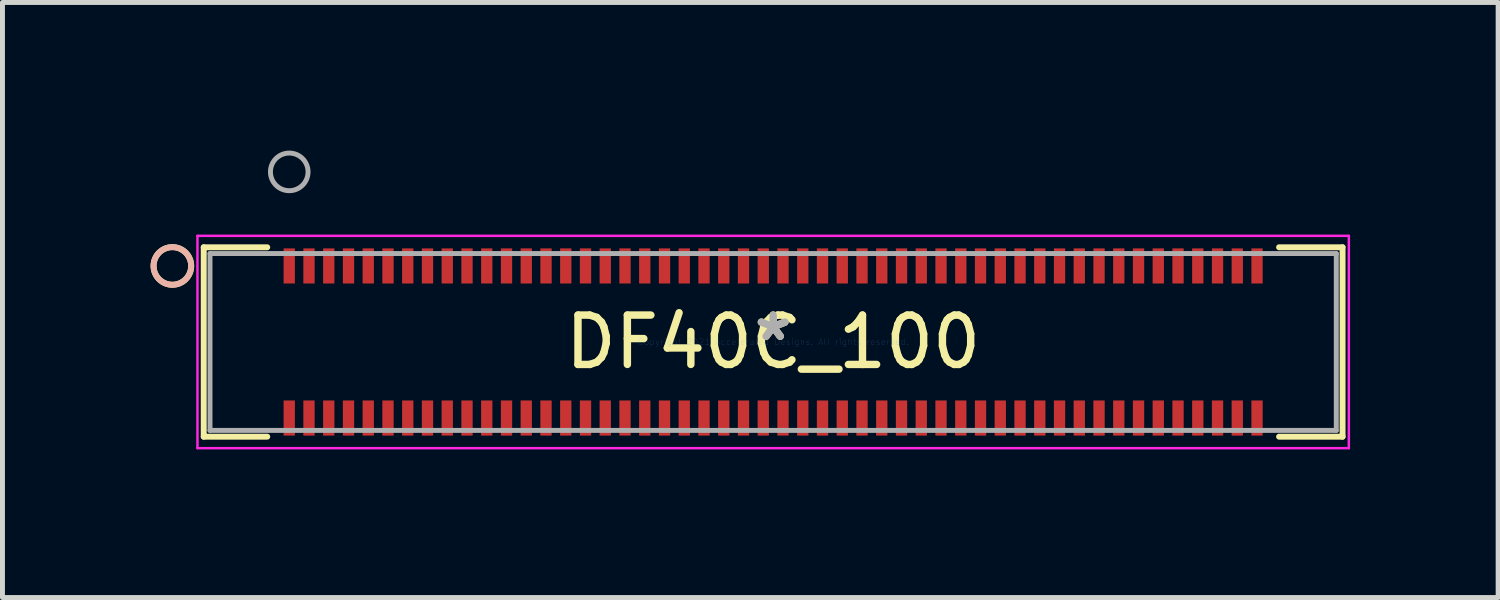
<source format=kicad_pcb>
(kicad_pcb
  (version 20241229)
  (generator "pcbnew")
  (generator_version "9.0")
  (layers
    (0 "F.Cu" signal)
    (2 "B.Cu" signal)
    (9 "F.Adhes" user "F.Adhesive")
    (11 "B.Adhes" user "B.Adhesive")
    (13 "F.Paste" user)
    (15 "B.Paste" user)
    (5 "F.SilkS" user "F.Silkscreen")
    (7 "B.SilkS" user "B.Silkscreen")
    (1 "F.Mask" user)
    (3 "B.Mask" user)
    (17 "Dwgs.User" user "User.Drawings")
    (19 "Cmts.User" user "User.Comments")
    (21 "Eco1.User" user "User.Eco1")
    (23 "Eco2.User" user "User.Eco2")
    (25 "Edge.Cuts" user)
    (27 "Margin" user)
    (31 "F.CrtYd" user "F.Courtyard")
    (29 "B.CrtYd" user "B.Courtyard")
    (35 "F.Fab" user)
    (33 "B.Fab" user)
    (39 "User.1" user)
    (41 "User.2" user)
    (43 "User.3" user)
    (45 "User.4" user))
  (footprint "DF40C_100"
    (layer "F.Cu")
    (at 12.608 3.876)
    (property "Reference" "DF40C_100" (at 0 0 0) (layer "F.SilkS") (effects (font (size 1 1) (thickness 0.15))))
    (attr through_hole)
    (fp_line (start -11.532 -1.918) (end -11.532 1.918) (stroke (width 0.12) (type solid)) (layer "F.SilkS"))
    (fp_line (start -11.532 1.918) (end -10.246 1.918) (stroke (width 0.12) (type solid)) (layer "F.SilkS"))
    (fp_line (start -10.246 -1.918) (end -11.532 -1.918) (stroke (width 0.12) (type solid)) (layer "F.SilkS"))
    (fp_line (start 10.246 1.918) (end 11.532 1.918) (stroke (width 0.12) (type solid)) (layer "F.SilkS"))
    (fp_line (start 11.532 -1.918) (end 10.246 -1.918) (stroke (width 0.12) (type solid)) (layer "F.SilkS"))
    (fp_line (start 11.532 1.918) (end 11.532 -1.918) (stroke (width 0.12) (type solid)) (layer "F.SilkS"))
    (fp_circle (center -12.167 -1.54) (end -11.786 -1.54) (stroke (width 0.12) (type solid)) (fill no) (layer "F.SilkS"))
    (fp_circle (center -12.167 -1.54) (end -11.786 -1.54) (stroke (width 0.12) (type solid)) (fill no) (layer "B.SilkS"))
    (fp_line (start -11.659 -2.15) (end -11.659 2.15) (stroke (width 0.05) (type solid)) (layer "F.CrtYd"))
    (fp_line (start -11.659 2.15) (end 11.659 2.15) (stroke (width 0.05) (type solid)) (layer "F.CrtYd"))
    (fp_line (start 11.659 -2.15) (end -11.659 -2.15) (stroke (width 0.05) (type solid)) (layer "F.CrtYd"))
    (fp_line (start 11.659 2.15) (end 11.659 -2.15) (stroke (width 0.05) (type solid)) (layer "F.CrtYd"))
    (fp_line (start -11.405 -1.791) (end -11.405 1.791) (stroke (width 0.1) (type solid)) (layer "F.Fab"))
    (fp_line (start -11.405 1.791) (end 11.405 1.791) (stroke (width 0.1) (type solid)) (layer "F.Fab"))
    (fp_line (start 11.405 -1.791) (end -11.405 -1.791) (stroke (width 0.1) (type solid)) (layer "F.Fab"))
    (fp_line (start 11.405 1.791) (end 11.405 -1.791) (stroke (width 0.1) (type solid)) (layer "F.Fab"))
    (fp_circle (center -9.8 -3.445) (end -9.419 -3.445) (stroke (width 0.1) (type solid)) (fill no) (layer "F.Fab"))
    (fp_text user "*" (at 0 0 0) (layer "F.SilkS") (effects (font (size 1 1) (thickness 0.15))))
    (fp_text user "Copyright 2021 Accelerated Designs. All rights reserved." (at 0 0 0) (layer "Cmts.User") (effects (font (size 0.127 0.127) (thickness 0.002))))
    (fp_text user "*" (at 0 0 0) (layer "F.Fab") (effects (font (size 1 1) (thickness 0.15))))
    (pad "1" smd rect (at -9.8 -1.54) (size 0.229 0.711) (layers "F.Cu" "F.Mask" "F.Paste"))
    (pad "2" smd rect (at -9.8 1.54) (size 0.229 0.711) (layers "F.Cu" "F.Mask" "F.Paste"))
    (pad "3" smd rect (at -9.4 -1.54) (size 0.229 0.711) (layers "F.Cu" "F.Mask" "F.Paste"))
    (pad "4" smd rect (at -9.4 1.54) (size 0.229 0.711) (layers "F.Cu" "F.Mask" "F.Paste"))
    (pad "5" smd rect (at -9 -1.54) (size 0.229 0.711) (layers "F.Cu" "F.Mask" "F.Paste"))
    (pad "6" smd rect (at -9 1.54) (size 0.229 0.711) (layers "F.Cu" "F.Mask" "F.Paste"))
    (pad "7" smd rect (at -8.6 -1.54) (size 0.229 0.711) (layers "F.Cu" "F.Mask" "F.Paste"))
    (pad "8" smd rect (at -8.6 1.54) (size 0.229 0.711) (layers "F.Cu" "F.Mask" "F.Paste"))
    (pad "9" smd rect (at -8.2 -1.54) (size 0.229 0.711) (layers "F.Cu" "F.Mask" "F.Paste"))
    (pad "10" smd rect (at -8.2 1.54) (size 0.229 0.711) (layers "F.Cu" "F.Mask" "F.Paste"))
    (pad "11" smd rect (at -7.8 -1.54) (size 0.229 0.711) (layers "F.Cu" "F.Mask" "F.Paste"))
    (pad "12" smd rect (at -7.8 1.54) (size 0.229 0.711) (layers "F.Cu" "F.Mask" "F.Paste"))
    (pad "13" smd rect (at -7.4 -1.54) (size 0.229 0.711) (layers "F.Cu" "F.Mask" "F.Paste"))
    (pad "14" smd rect (at -7.4 1.54) (size 0.229 0.711) (layers "F.Cu" "F.Mask" "F.Paste"))
    (pad "15" smd rect (at -7 -1.54) (size 0.229 0.711) (layers "F.Cu" "F.Mask" "F.Paste"))
    (pad "16" smd rect (at -7 1.54) (size 0.229 0.711) (layers "F.Cu" "F.Mask" "F.Paste"))
    (pad "17" smd rect (at -6.6 -1.54) (size 0.229 0.711) (layers "F.Cu" "F.Mask" "F.Paste"))
    (pad "18" smd rect (at -6.6 1.54) (size 0.229 0.711) (layers "F.Cu" "F.Mask" "F.Paste"))
    (pad "19" smd rect (at -6.2 -1.54) (size 0.229 0.711) (layers "F.Cu" "F.Mask" "F.Paste"))
    (pad "20" smd rect (at -6.2 1.54) (size 0.229 0.711) (layers "F.Cu" "F.Mask" "F.Paste"))
    (pad "21" smd rect (at -5.8 -1.54) (size 0.229 0.711) (layers "F.Cu" "F.Mask" "F.Paste"))
    (pad "22" smd rect (at -5.8 1.54) (size 0.229 0.711) (layers "F.Cu" "F.Mask" "F.Paste"))
    (pad "23" smd rect (at -5.4 -1.54) (size 0.229 0.711) (layers "F.Cu" "F.Mask" "F.Paste"))
    (pad "24" smd rect (at -5.4 1.54) (size 0.229 0.711) (layers "F.Cu" "F.Mask" "F.Paste"))
    (pad "25" smd rect (at -5 -1.54) (size 0.229 0.711) (layers "F.Cu" "F.Mask" "F.Paste"))
    (pad "26" smd rect (at -5 1.54) (size 0.229 0.711) (layers "F.Cu" "F.Mask" "F.Paste"))
    (pad "27" smd rect (at -4.6 -1.54) (size 0.229 0.711) (layers "F.Cu" "F.Mask" "F.Paste"))
    (pad "28" smd rect (at -4.6 1.54) (size 0.229 0.711) (layers "F.Cu" "F.Mask" "F.Paste"))
    (pad "29" smd rect (at -4.2 -1.54) (size 0.229 0.711) (layers "F.Cu" "F.Mask" "F.Paste"))
    (pad "30" smd rect (at -4.2 1.54) (size 0.229 0.711) (layers "F.Cu" "F.Mask" "F.Paste"))
    (pad "31" smd rect (at -3.8 -1.54) (size 0.229 0.711) (layers "F.Cu" "F.Mask" "F.Paste"))
    (pad "32" smd rect (at -3.8 1.54) (size 0.229 0.711) (layers "F.Cu" "F.Mask" "F.Paste"))
    (pad "33" smd rect (at -3.4 -1.54) (size 0.229 0.711) (layers "F.Cu" "F.Mask" "F.Paste"))
    (pad "34" smd rect (at -3.4 1.54) (size 0.229 0.711) (layers "F.Cu" "F.Mask" "F.Paste"))
    (pad "35" smd rect (at -3 -1.54) (size 0.229 0.711) (layers "F.Cu" "F.Mask" "F.Paste"))
    (pad "36" smd rect (at -3 1.54) (size 0.229 0.711) (layers "F.Cu" "F.Mask" "F.Paste"))
    (pad "37" smd rect (at -2.6 -1.54) (size 0.229 0.711) (layers "F.Cu" "F.Mask" "F.Paste"))
    (pad "38" smd rect (at -2.6 1.54) (size 0.229 0.711) (layers "F.Cu" "F.Mask" "F.Paste"))
    (pad "39" smd rect (at -2.2 -1.54) (size 0.229 0.711) (layers "F.Cu" "F.Mask" "F.Paste"))
    (pad "40" smd rect (at -2.2 1.54) (size 0.229 0.711) (layers "F.Cu" "F.Mask" "F.Paste"))
    (pad "41" smd rect (at -1.8 -1.54) (size 0.229 0.711) (layers "F.Cu" "F.Mask" "F.Paste"))
    (pad "42" smd rect (at -1.8 1.54) (size 0.229 0.711) (layers "F.Cu" "F.Mask" "F.Paste"))
    (pad "43" smd rect (at -1.4 -1.54) (size 0.229 0.711) (layers "F.Cu" "F.Mask" "F.Paste"))
    (pad "44" smd rect (at -1.4 1.54) (size 0.229 0.711) (layers "F.Cu" "F.Mask" "F.Paste"))
    (pad "45" smd rect (at -1 -1.54) (size 0.229 0.711) (layers "F.Cu" "F.Mask" "F.Paste"))
    (pad "46" smd rect (at -1 1.54) (size 0.229 0.711) (layers "F.Cu" "F.Mask" "F.Paste"))
    (pad "47" smd rect (at -0.6 -1.54) (size 0.229 0.711) (layers "F.Cu" "F.Mask" "F.Paste"))
    (pad "48" smd rect (at -0.6 1.54) (size 0.229 0.711) (layers "F.Cu" "F.Mask" "F.Paste"))
    (pad "49" smd rect (at -0.2 -1.54) (size 0.229 0.711) (layers "F.Cu" "F.Mask" "F.Paste"))
    (pad "50" smd rect (at -0.2 1.54) (size 0.229 0.711) (layers "F.Cu" "F.Mask" "F.Paste"))
    (pad "51" smd rect (at 0.2 -1.54) (size 0.229 0.711) (layers "F.Cu" "F.Mask" "F.Paste"))
    (pad "52" smd rect (at 0.2 1.54) (size 0.229 0.711) (layers "F.Cu" "F.Mask" "F.Paste"))
    (pad "53" smd rect (at 0.6 -1.54) (size 0.229 0.711) (layers "F.Cu" "F.Mask" "F.Paste"))
    (pad "54" smd rect (at 0.6 1.54) (size 0.229 0.711) (layers "F.Cu" "F.Mask" "F.Paste"))
    (pad "55" smd rect (at 1 -1.54) (size 0.229 0.711) (layers "F.Cu" "F.Mask" "F.Paste"))
    (pad "56" smd rect (at 1 1.54) (size 0.229 0.711) (layers "F.Cu" "F.Mask" "F.Paste"))
    (pad "57" smd rect (at 1.4 -1.54) (size 0.229 0.711) (layers "F.Cu" "F.Mask" "F.Paste"))
    (pad "58" smd rect (at 1.4 1.54) (size 0.229 0.711) (layers "F.Cu" "F.Mask" "F.Paste"))
    (pad "59" smd rect (at 1.8 -1.54) (size 0.229 0.711) (layers "F.Cu" "F.Mask" "F.Paste"))
    (pad "60" smd rect (at 1.8 1.54) (size 0.229 0.711) (layers "F.Cu" "F.Mask" "F.Paste"))
    (pad "61" smd rect (at 2.2 -1.54) (size 0.229 0.711) (layers "F.Cu" "F.Mask" "F.Paste"))
    (pad "62" smd rect (at 2.2 1.54) (size 0.229 0.711) (layers "F.Cu" "F.Mask" "F.Paste"))
    (pad "63" smd rect (at 2.6 -1.54) (size 0.229 0.711) (layers "F.Cu" "F.Mask" "F.Paste"))
    (pad "64" smd rect (at 2.6 1.54) (size 0.229 0.711) (layers "F.Cu" "F.Mask" "F.Paste"))
    (pad "65" smd rect (at 3 -1.54) (size 0.229 0.711) (layers "F.Cu" "F.Mask" "F.Paste"))
    (pad "66" smd rect (at 3 1.54) (size 0.229 0.711) (layers "F.Cu" "F.Mask" "F.Paste"))
    (pad "67" smd rect (at 3.4 -1.54) (size 0.229 0.711) (layers "F.Cu" "F.Mask" "F.Paste"))
    (pad "68" smd rect (at 3.4 1.54) (size 0.229 0.711) (layers "F.Cu" "F.Mask" "F.Paste"))
    (pad "69" smd rect (at 3.8 -1.54) (size 0.229 0.711) (layers "F.Cu" "F.Mask" "F.Paste"))
    (pad "70" smd rect (at 3.8 1.54) (size 0.229 0.711) (layers "F.Cu" "F.Mask" "F.Paste"))
    (pad "71" smd rect (at 4.2 -1.54) (size 0.229 0.711) (layers "F.Cu" "F.Mask" "F.Paste"))
    (pad "72" smd rect (at 4.2 1.54) (size 0.229 0.711) (layers "F.Cu" "F.Mask" "F.Paste"))
    (pad "73" smd rect (at 4.6 -1.54) (size 0.229 0.711) (layers "F.Cu" "F.Mask" "F.Paste"))
    (pad "74" smd rect (at 4.6 1.54) (size 0.229 0.711) (layers "F.Cu" "F.Mask" "F.Paste"))
    (pad "75" smd rect (at 5 -1.54) (size 0.229 0.711) (layers "F.Cu" "F.Mask" "F.Paste"))
    (pad "76" smd rect (at 5 1.54) (size 0.229 0.711) (layers "F.Cu" "F.Mask" "F.Paste"))
    (pad "77" smd rect (at 5.4 -1.54) (size 0.229 0.711) (layers "F.Cu" "F.Mask" "F.Paste"))
    (pad "78" smd rect (at 5.4 1.54) (size 0.229 0.711) (layers "F.Cu" "F.Mask" "F.Paste"))
    (pad "79" smd rect (at 5.8 -1.54) (size 0.229 0.711) (layers "F.Cu" "F.Mask" "F.Paste"))
    (pad "80" smd rect (at 5.8 1.54) (size 0.229 0.711) (layers "F.Cu" "F.Mask" "F.Paste"))
    (pad "81" smd rect (at 6.2 -1.54) (size 0.229 0.711) (layers "F.Cu" "F.Mask" "F.Paste"))
    (pad "82" smd rect (at 6.2 1.54) (size 0.229 0.711) (layers "F.Cu" "F.Mask" "F.Paste"))
    (pad "83" smd rect (at 6.6 -1.54) (size 0.229 0.711) (layers "F.Cu" "F.Mask" "F.Paste"))
    (pad "84" smd rect (at 6.6 1.54) (size 0.229 0.711) (layers "F.Cu" "F.Mask" "F.Paste"))
    (pad "85" smd rect (at 7 -1.54) (size 0.229 0.711) (layers "F.Cu" "F.Mask" "F.Paste"))
    (pad "86" smd rect (at 7 1.54) (size 0.229 0.711) (layers "F.Cu" "F.Mask" "F.Paste"))
    (pad "87" smd rect (at 7.4 -1.54) (size 0.229 0.711) (layers "F.Cu" "F.Mask" "F.Paste"))
    (pad "88" smd rect (at 7.4 1.54) (size 0.229 0.711) (layers "F.Cu" "F.Mask" "F.Paste"))
    (pad "89" smd rect (at 7.8 -1.54) (size 0.229 0.711) (layers "F.Cu" "F.Mask" "F.Paste"))
    (pad "90" smd rect (at 7.8 1.54) (size 0.229 0.711) (layers "F.Cu" "F.Mask" "F.Paste"))
    (pad "91" smd rect (at 8.2 -1.54) (size 0.229 0.711) (layers "F.Cu" "F.Mask" "F.Paste"))
    (pad "92" smd rect (at 8.2 1.54) (size 0.229 0.711) (layers "F.Cu" "F.Mask" "F.Paste"))
    (pad "93" smd rect (at 8.6 -1.54) (size 0.229 0.711) (layers "F.Cu" "F.Mask" "F.Paste"))
    (pad "94" smd rect (at 8.6 1.54) (size 0.229 0.711) (layers "F.Cu" "F.Mask" "F.Paste"))
    (pad "95" smd rect (at 9 -1.54) (size 0.229 0.711) (layers "F.Cu" "F.Mask" "F.Paste"))
    (pad "96" smd rect (at 9 1.54) (size 0.229 0.711) (layers "F.Cu" "F.Mask" "F.Paste"))
    (pad "97" smd rect (at 9.4 -1.54) (size 0.229 0.711) (layers "F.Cu" "F.Mask" "F.Paste"))
    (pad "98" smd rect (at 9.4 1.54) (size 0.229 0.711) (layers "F.Cu" "F.Mask" "F.Paste"))
    (pad "99" smd rect (at 9.8 -1.54) (size 0.229 0.711) (layers "F.Cu" "F.Mask" "F.Paste"))
    (pad "100" smd rect (at 9.8 1.54) (size 0.229 0.711) (layers "F.Cu" "F.Mask" "F.Paste")))
  (gr_rect
    (start -3 -3)
    (end 27.291 9.051)
    (stroke (width 0.1) (type default))
    (fill no)
    (layer "Edge.Cuts")))
</source>
